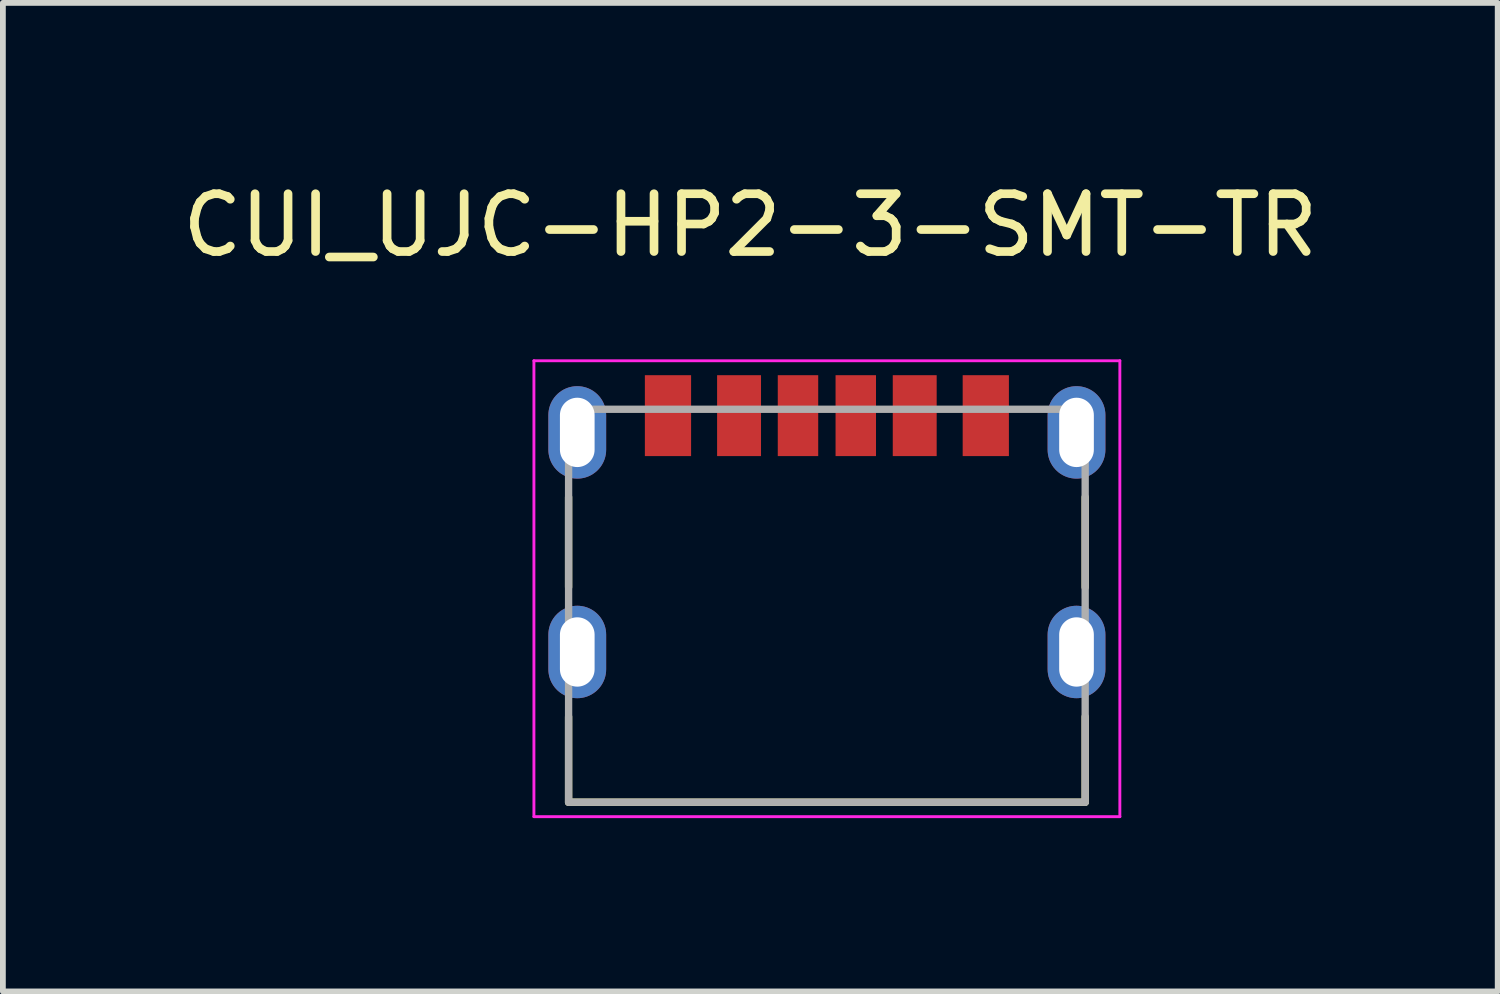
<source format=kicad_pcb>
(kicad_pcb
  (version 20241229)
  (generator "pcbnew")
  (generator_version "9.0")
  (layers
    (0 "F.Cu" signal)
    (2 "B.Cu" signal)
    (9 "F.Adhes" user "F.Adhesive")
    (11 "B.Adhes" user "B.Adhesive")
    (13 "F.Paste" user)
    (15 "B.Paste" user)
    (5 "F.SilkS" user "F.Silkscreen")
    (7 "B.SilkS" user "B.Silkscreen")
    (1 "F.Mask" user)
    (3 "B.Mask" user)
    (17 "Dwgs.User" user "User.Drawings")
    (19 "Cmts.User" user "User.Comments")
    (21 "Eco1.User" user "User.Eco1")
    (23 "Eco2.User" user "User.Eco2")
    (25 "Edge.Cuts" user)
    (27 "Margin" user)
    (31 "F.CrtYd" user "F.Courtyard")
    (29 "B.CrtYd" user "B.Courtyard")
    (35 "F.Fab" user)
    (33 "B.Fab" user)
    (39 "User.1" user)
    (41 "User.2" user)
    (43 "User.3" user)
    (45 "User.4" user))
  (footprint "CUI_UJC-HP2-3-SMT-TR"
    (layer "F.Cu")
    (at 11.26 8.233)
    (property "Reference" "CUI_UJC-HP2-3-SMT-TR" (at -1.325 -7.385 0) (layer "F.SilkS") (effects (font (size 1 1) (thickness 0.15))))
    (attr smd)
    (fp_line (start -4.47 -2.68) (end -4.47 -1.12) (stroke (width 0.127) (type solid)) (layer "F.SilkS"))
    (fp_line (start -4.47 1.12) (end -4.47 2.6) (stroke (width 0.127) (type solid)) (layer "F.SilkS"))
    (fp_line (start -4.47 2.6) (end 4.47 2.6) (stroke (width 0.127) (type solid)) (layer "F.SilkS"))
    (fp_line (start 4.47 -2.68) (end 4.47 -1.12) (stroke (width 0.127) (type solid)) (layer "F.SilkS"))
    (fp_line (start 4.47 2.6) (end 4.47 1.12) (stroke (width 0.127) (type solid)) (layer "F.SilkS"))
    (fp_line (start -5.07 -5.04) (end 5.07 -5.04) (stroke (width 0.05) (type solid)) (layer "F.CrtYd"))
    (fp_line (start -5.07 2.85) (end -5.07 -5.04) (stroke (width 0.05) (type solid)) (layer "F.CrtYd"))
    (fp_line (start 5.07 -5.04) (end 5.07 2.85) (stroke (width 0.05) (type solid)) (layer "F.CrtYd"))
    (fp_line (start 5.07 2.85) (end -5.07 2.85) (stroke (width 0.05) (type solid)) (layer "F.CrtYd"))
    (fp_line (start -4.47 -4.2) (end -4.47 2.6) (stroke (width 0.127) (type solid)) (layer "F.Fab"))
    (fp_line (start -4.47 2.6) (end 4.47 2.6) (stroke (width 0.127) (type solid)) (layer "F.Fab"))
    (fp_line (start 4.47 -4.2) (end -4.47 -4.2) (stroke (width 0.127) (type solid)) (layer "F.Fab"))
    (fp_line (start 4.47 2.6) (end 4.47 -4.2) (stroke (width 0.127) (type solid)) (layer "F.Fab"))
    (pad "A5" smd rect (at -0.5 -4.09) (size 0.7 1.4) (layers "F.Cu" "F.Mask" "F.Paste"))
    (pad "A9" smd rect (at 1.52 -4.09) (size 0.76 1.4) (layers "F.Cu" "F.Mask" "F.Paste"))
    (pad "A12" smd rect (at 2.75 -4.09) (size 0.8 1.4) (layers "F.Cu" "F.Mask" "F.Paste"))
    (pad "B5" smd rect (at 0.5 -4.09) (size 0.7 1.4) (layers "F.Cu" "F.Mask" "F.Paste"))
    (pad "B9" smd rect (at -1.52 -4.09) (size 0.76 1.4) (layers "F.Cu" "F.Mask" "F.Paste"))
    (pad "B12" smd rect (at -2.75 -4.09) (size 0.8 1.4) (layers "F.Cu" "F.Mask" "F.Paste"))
    (pad "SH1" thru_hole oval (at -4.32 -3.8) (size 1 1.6) (drill oval 0.6 1.2) (layers "*.Cu" "*.Mask"))
    (pad "SH2" thru_hole oval (at -4.32 0) (size 1 1.6) (drill oval 0.6 1.2) (layers "*.Cu" "*.Mask"))
    (pad "SH3" thru_hole oval (at 4.32 -3.8) (size 1 1.6) (drill oval 0.6 1.2) (layers "*.Cu" "*.Mask"))
    (pad "SH4" thru_hole oval (at 4.32 0) (size 1 1.6) (drill oval 0.6 1.2) (layers "*.Cu" "*.Mask")))
  (gr_rect
    (start -3 -3)
    (end 22.869 14.108)
    (stroke (width 0.1) (type default))
    (fill no)
    (layer "Edge.Cuts")))
</source>
